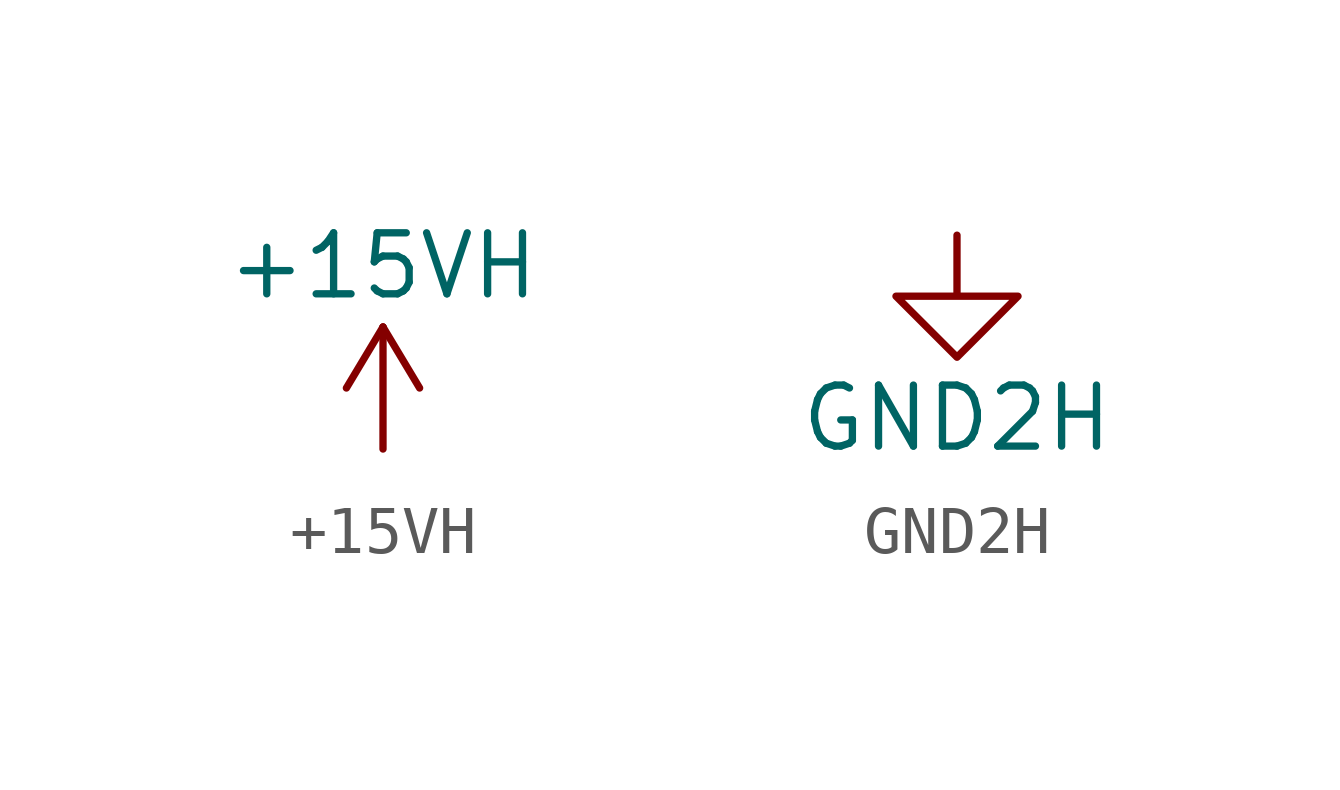
<source format=kicad_sym>
(kicad_symbol_lib
  (version 20220914)
  (generator kicad_symbol_editor)
  (symbol "+15VH"
    (power)
    (property "Reference" "#PWR"
      (at -0.254 -1.524 0)
      (effects (font (size 1.27 1.27)) hide))
    (property "Value" "+15VH"
      (at 0 3.81 0)
      (effects (font (size 1.27 1.27))))
    (symbol "+15VH_0_1"
      (polyline (pts (xy 0 0) (xy 0 2.54)) (stroke (width 0) (type default)) (fill (type none)))
      (polyline (pts (xy 0 2.54) (xy -0.762 1.27)) (stroke (width 0) (type default)) (fill (type none)))
      (polyline (pts (xy 0 2.54) (xy 0.762 1.27)) (stroke (width 0) (type default)) (fill (type none))))
    (symbol "+15VH_1_0"
      (pin power_in line (at 0 0 180) (length 0) hide (name "+15VH" (effects (font (size 1.27 1.27)))) (number "1" (effects (font (size 1.27 1.27)))))))
  (symbol "GND2H"
    (power)
    (property "Reference" "#PWR"
      (at 0 -1.524 0)
      (effects (font (size 1.27 1.27)) hide))
    (property "Value" "GND2H"
      (at 0 -3.81 0)
      (effects (font (size 1.27 1.27))))
    (symbol "GND2H_0_1"
      (polyline (pts (xy 0 0) (xy 0 -1.27) (xy 1.27 -1.27) (xy 0 -2.54) (xy -1.27 -1.27) (xy 0 -1.27)) (stroke (width 0) (type default)) (fill (type none))))
    (symbol "GND2H_1_0"
      (pin power_in line (at 0 0 180) (length 0) hide (name "GND2H" (effects (font (size 1.27 1.27)))) (number "1" (effects (font (size 1.27 1.27))))))))
</source>
